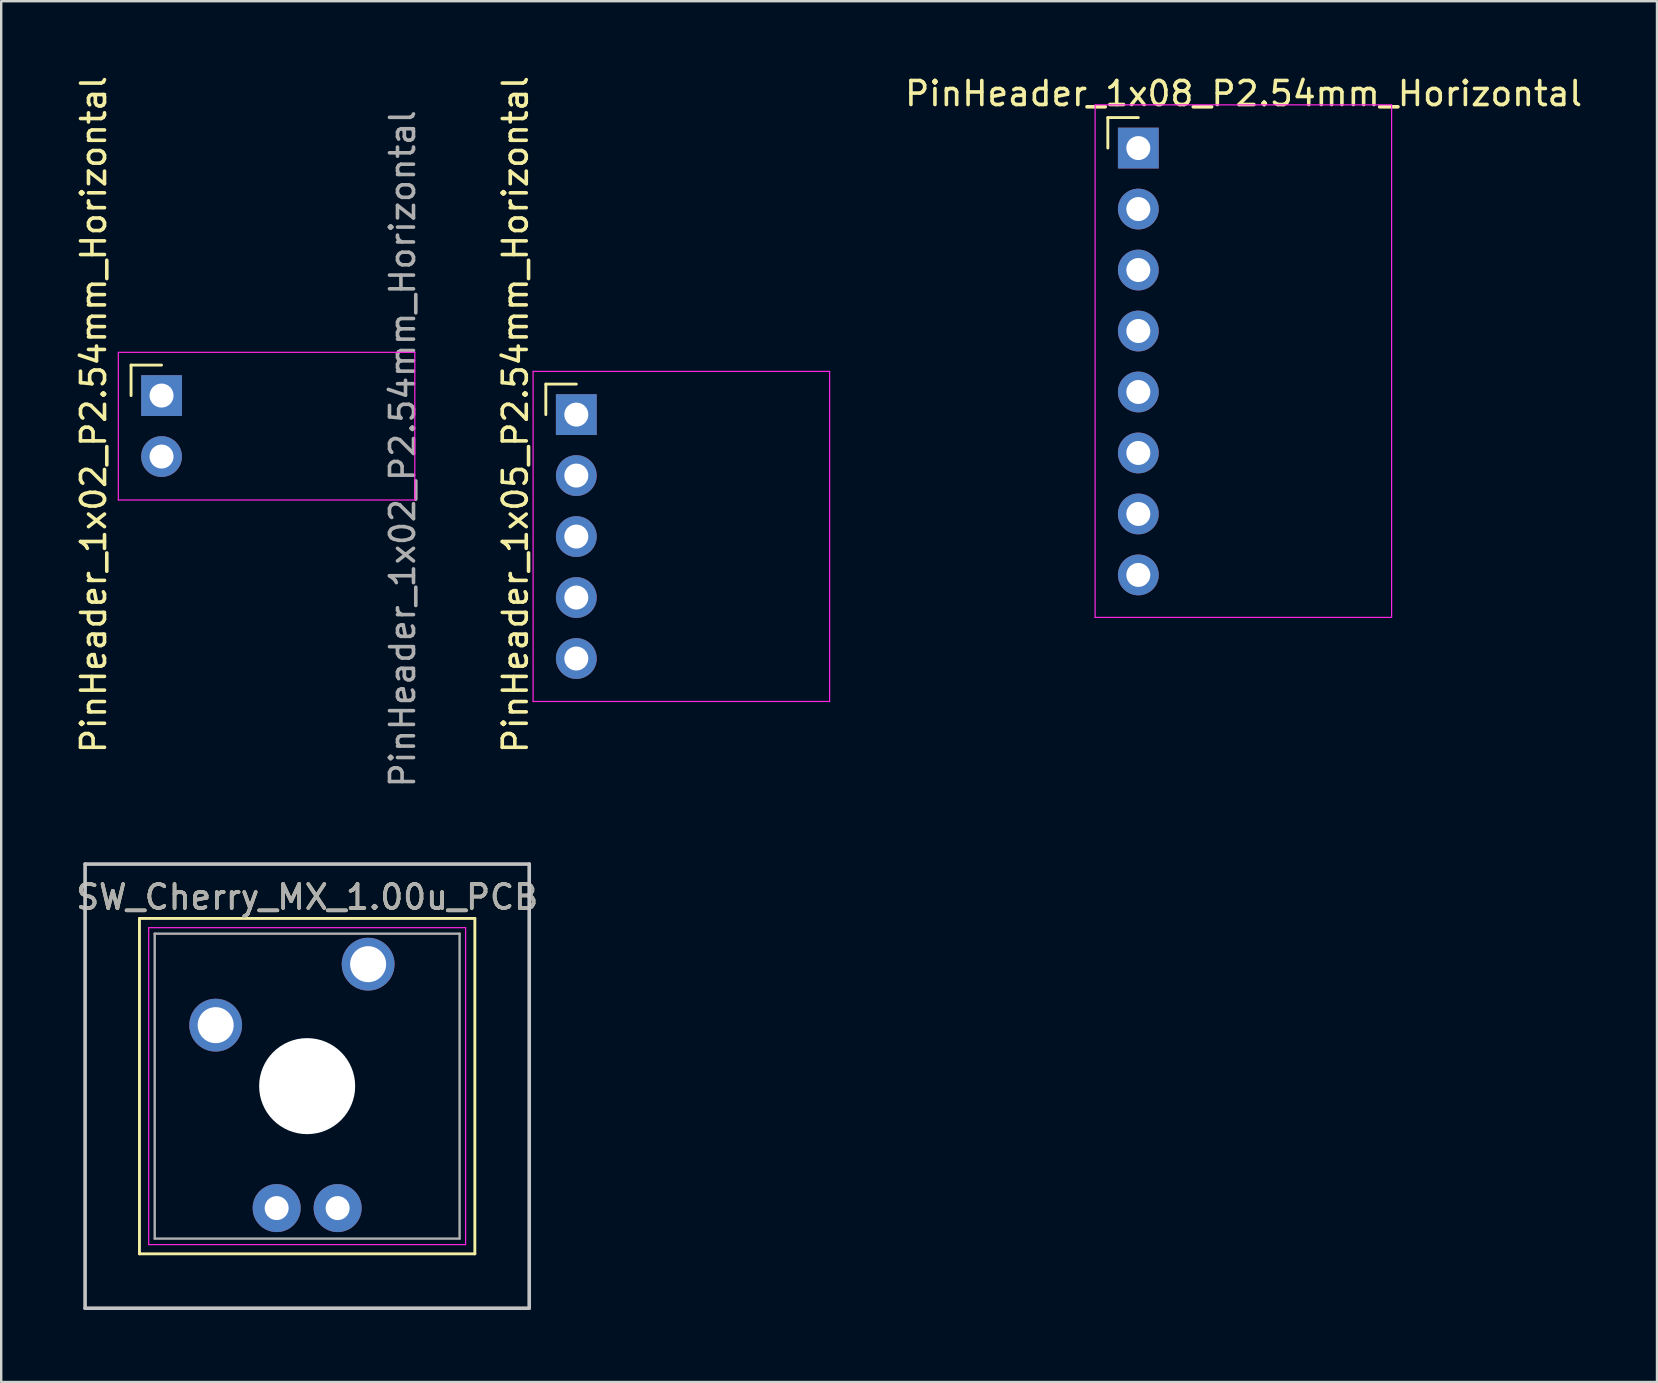
<source format=kicad_pcb>
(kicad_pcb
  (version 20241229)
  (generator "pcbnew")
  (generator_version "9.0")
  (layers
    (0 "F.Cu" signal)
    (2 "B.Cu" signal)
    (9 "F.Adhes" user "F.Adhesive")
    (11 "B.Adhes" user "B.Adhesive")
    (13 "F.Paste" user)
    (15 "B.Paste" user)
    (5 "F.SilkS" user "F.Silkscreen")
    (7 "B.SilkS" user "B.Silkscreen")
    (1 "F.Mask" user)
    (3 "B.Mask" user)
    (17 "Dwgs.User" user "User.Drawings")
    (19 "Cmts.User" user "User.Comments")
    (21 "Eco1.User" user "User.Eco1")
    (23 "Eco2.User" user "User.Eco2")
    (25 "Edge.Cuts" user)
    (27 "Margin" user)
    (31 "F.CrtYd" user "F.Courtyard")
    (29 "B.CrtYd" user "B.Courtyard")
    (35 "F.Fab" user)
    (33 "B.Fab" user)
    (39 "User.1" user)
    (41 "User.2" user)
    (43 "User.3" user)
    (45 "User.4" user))
  (footprint "PinHeader_1x02_P2.54mm_Horizontal"
    (layer "F.Cu")
    (at 3.679 13.427)
    (property "Reference" "PinHeader_1x02_P2.54mm_Horizontal" (at -2.831 0.793 270) (layer "F.SilkS") (effects (font (size 1 1) (thickness 0.15))))
    (attr through_hole)
    (fp_line (start -1.27 -1.27) (end 0 -1.27) (stroke (width 0.12) (type solid)) (layer "F.SilkS"))
    (fp_line (start -1.27 0) (end -1.27 -1.27) (stroke (width 0.12) (type solid)) (layer "F.SilkS"))
    (fp_line (start -1.8 -1.8) (end -1.8 4.35) (stroke (width 0.05) (type solid)) (layer "F.CrtYd"))
    (fp_line (start -1.8 4.35) (end 10.55 4.35) (stroke (width 0.05) (type solid)) (layer "F.CrtYd"))
    (fp_line (start 10.55 -1.8) (end -1.8 -1.8) (stroke (width 0.05) (type solid)) (layer "F.CrtYd"))
    (fp_line (start 10.55 4.35) (end 10.55 -1.8) (stroke (width 0.05) (type solid)) (layer "F.CrtYd"))
    (fp_line (start -0.32 -0.32) (end -0.32 0.32) (stroke (width 0.1) (type solid)) (layer "F.Fab"))
    (fp_line (start -0.32 2.22) (end -0.32 2.86) (stroke (width 0.1) (type solid)) (layer "F.Fab"))
    (fp_text user "${REFERENCE}" (at 10.04 2.22 270) (layer "F.Fab") (effects (font (size 1 1) (thickness 0.15))))
    (pad "1" thru_hole rect (at 0 0) (size 1.7 1.7) (drill 1) (layers "*.Cu" "*.Mask"))
    (pad "2" thru_hole oval (at 0 2.54) (size 1.7 1.7) (drill 1) (layers "*.Cu" "*.Mask")))
  (footprint "PinHeader_1x05_P2.54mm_Horizontal"
    (layer "F.Cu")
    (at 20.956 14.22)
    (property "Reference" "PinHeader_1x05_P2.54mm_Horizontal" (at -2.54 0 270) (layer "F.SilkS") (effects (font (size 1 1) (thickness 0.15))))
    (attr through_hole)
    (fp_line (start -1.27 -1.27) (end 0 -1.27) (stroke (width 0.12) (type solid)) (layer "F.SilkS"))
    (fp_line (start -1.27 0) (end -1.27 -1.27) (stroke (width 0.12) (type solid)) (layer "F.SilkS"))
    (fp_line (start -1.8 -1.8) (end -1.8 11.95) (stroke (width 0.05) (type solid)) (layer "F.CrtYd"))
    (fp_line (start -1.8 11.95) (end 10.55 11.95) (stroke (width 0.05) (type solid)) (layer "F.CrtYd"))
    (fp_line (start 10.55 -1.8) (end -1.8 -1.8) (stroke (width 0.05) (type solid)) (layer "F.CrtYd"))
    (fp_line (start 10.55 11.95) (end 10.55 -1.8) (stroke (width 0.05) (type solid)) (layer "F.CrtYd"))
    (fp_line (start -0.32 -0.32) (end -0.32 0.32) (stroke (width 0.1) (type solid)) (layer "F.Fab"))
    (fp_line (start -0.32 2.22) (end -0.32 2.86) (stroke (width 0.1) (type solid)) (layer "F.Fab"))
    (fp_line (start -0.32 4.76) (end -0.32 5.4) (stroke (width 0.1) (type solid)) (layer "F.Fab"))
    (fp_line (start -0.32 7.3) (end -0.32 7.94) (stroke (width 0.1) (type solid)) (layer "F.Fab"))
    (fp_line (start -0.32 9.84) (end -0.32 10.48) (stroke (width 0.1) (type solid)) (layer "F.Fab"))
    (pad "1" thru_hole rect (at 0 0) (size 1.7 1.7) (drill 1) (layers "*.Cu" "*.Mask"))
    (pad "2" thru_hole oval (at 0 2.54) (size 1.7 1.7) (drill 1) (layers "*.Cu" "*.Mask"))
    (pad "3" thru_hole oval (at 0 5.08) (size 1.7 1.7) (drill 1) (layers "*.Cu" "*.Mask"))
    (pad "4" thru_hole oval (at 0 7.62) (size 1.7 1.7) (drill 1) (layers "*.Cu" "*.Mask"))
    (pad "5" thru_hole oval (at 0 10.16) (size 1.7 1.7) (drill 1) (layers "*.Cu" "*.Mask")))
  (footprint "SW_Cherry_MX_1.00u_PCB"
    (layer "F.Cu")
    (at 12.284 37.112)
    (property "Reference" "SW_Cherry_MX_1.00u_PCB" (at -2.54 -2.794 0) (layer "F.SilkS") (effects (font (size 1 1) (thickness 0.15))))
    (attr through_hole)
    (fp_circle (center -3.81 10.16) (end -2.81 10.16) (stroke (width 0) (type solid)) (fill yes) (layer "B.Mask"))
    (fp_circle (center -1.27 10.16) (end -0.27 10.16) (stroke (width 0) (type solid)) (fill yes) (layer "B.Mask"))
    (fp_line (start -9.525 -1.905) (end 4.445 -1.905) (stroke (width 0.12) (type solid)) (layer "F.SilkS"))
    (fp_line (start -9.525 12.065) (end -9.525 -1.905) (stroke (width 0.12) (type solid)) (layer "F.SilkS"))
    (fp_line (start 4.445 -1.905) (end 4.445 12.065) (stroke (width 0.12) (type solid)) (layer "F.SilkS"))
    (fp_line (start 4.445 12.065) (end -9.525 12.065) (stroke (width 0.12) (type solid)) (layer "F.SilkS"))
    (fp_line (start -11.79 -4.17) (end 6.71 -4.17) (stroke (width 0.15) (type solid)) (layer "Dwgs.User"))
    (fp_line (start -11.79 14.33) (end -11.79 -4.17) (stroke (width 0.15) (type solid)) (layer "Dwgs.User"))
    (fp_line (start 6.71 -4.17) (end 6.71 14.33) (stroke (width 0.15) (type solid)) (layer "Dwgs.User"))
    (fp_line (start 6.71 14.33) (end -11.79 14.33) (stroke (width 0.15) (type solid)) (layer "Dwgs.User"))
    (fp_line (start -9.14 -1.52) (end 4.06 -1.52) (stroke (width 0.05) (type solid)) (layer "F.CrtYd"))
    (fp_line (start -9.14 11.68) (end -9.14 -1.52) (stroke (width 0.05) (type solid)) (layer "F.CrtYd"))
    (fp_line (start 4.06 -1.52) (end 4.06 11.68) (stroke (width 0.05) (type solid)) (layer "F.CrtYd"))
    (fp_line (start 4.06 11.68) (end -9.14 11.68) (stroke (width 0.05) (type solid)) (layer "F.CrtYd"))
    (fp_line (start -8.89 -1.27) (end 3.81 -1.27) (stroke (width 0.1) (type solid)) (layer "F.Fab"))
    (fp_line (start -8.89 11.43) (end -8.89 -1.27) (stroke (width 0.1) (type solid)) (layer "F.Fab"))
    (fp_line (start 3.81 -1.27) (end 3.81 11.43) (stroke (width 0.1) (type solid)) (layer "F.Fab"))
    (fp_line (start 3.81 11.43) (end -8.89 11.43) (stroke (width 0.1) (type solid)) (layer "F.Fab"))
    (fp_text user "${REFERENCE}" (at -2.54 -2.794 0) (layer "F.Fab") (effects (font (size 1 1) (thickness 0.15))))
    (pad "" np_thru_hole circle (at -3.81 10.16) (size 2 2) (drill 1) (layers "*.Cu" "*.Mask"))
    (pad "" np_thru_hole circle (at -2.54 5.08) (size 4 4) (drill 4) (layers "*.Cu" "*.Mask"))
    (pad "" np_thru_hole circle (at -1.27 10.16) (size 2 2) (drill 1) (layers "*.Cu" "*.Mask"))
    (pad "1" thru_hole circle (at 0 0) (size 2.2 2.2) (drill 1.5) (layers "*.Cu" "*.Mask"))
    (pad "2" thru_hole circle (at -6.35 2.54) (size 2.2 2.2) (drill 1.5) (layers "*.Cu" "*.Mask")))
  (footprint "PinHeader_1x08_P2.54mm_Horizontal"
    (layer "F.Cu")
    (at 44.366 3.118)
    (property "Reference" "PinHeader_1x08_P2.54mm_Horizontal" (at 4.385 -2.27 0) (layer "F.SilkS") (effects (font (size 1 1) (thickness 0.15))))
    (attr through_hole)
    (fp_line (start -1.27 -1.27) (end 0 -1.27) (stroke (width 0.12) (type solid)) (layer "F.SilkS"))
    (fp_line (start -1.27 0) (end -1.27 -1.27) (stroke (width 0.12) (type solid)) (layer "F.SilkS"))
    (fp_line (start -1.8 -1.8) (end -1.8 19.55) (stroke (width 0.05) (type solid)) (layer "F.CrtYd"))
    (fp_line (start -1.8 19.55) (end 10.55 19.55) (stroke (width 0.05) (type solid)) (layer "F.CrtYd"))
    (fp_line (start 10.55 -1.8) (end -1.8 -1.8) (stroke (width 0.05) (type solid)) (layer "F.CrtYd"))
    (fp_line (start 10.55 19.55) (end 10.55 -1.8) (stroke (width 0.05) (type solid)) (layer "F.CrtYd"))
    (fp_line (start -0.32 -0.32) (end -0.32 0.32) (stroke (width 0.1) (type solid)) (layer "F.Fab"))
    (fp_line (start -0.32 2.22) (end -0.32 2.86) (stroke (width 0.1) (type solid)) (layer "F.Fab"))
    (fp_line (start -0.32 4.76) (end -0.32 5.4) (stroke (width 0.1) (type solid)) (layer "F.Fab"))
    (fp_line (start -0.32 7.3) (end -0.32 7.94) (stroke (width 0.1) (type solid)) (layer "F.Fab"))
    (fp_line (start -0.32 9.84) (end -0.32 10.48) (stroke (width 0.1) (type solid)) (layer "F.Fab"))
    (fp_line (start -0.32 12.38) (end -0.32 13.02) (stroke (width 0.1) (type solid)) (layer "F.Fab"))
    (fp_line (start -0.32 14.92) (end -0.32 15.56) (stroke (width 0.1) (type solid)) (layer "F.Fab"))
    (fp_line (start -0.32 17.46) (end -0.32 18.1) (stroke (width 0.1) (type solid)) (layer "F.Fab"))
    (pad "1" thru_hole rect (at 0 0) (size 1.7 1.7) (drill 1) (layers "*.Cu" "*.Mask"))
    (pad "2" thru_hole oval (at 0 2.54) (size 1.7 1.7) (drill 1) (layers "*.Cu" "*.Mask"))
    (pad "3" thru_hole oval (at 0 5.08) (size 1.7 1.7) (drill 1) (layers "*.Cu" "*.Mask"))
    (pad "4" thru_hole oval (at 0 7.62) (size 1.7 1.7) (drill 1) (layers "*.Cu" "*.Mask"))
    (pad "5" thru_hole oval (at 0 10.16) (size 1.7 1.7) (drill 1) (layers "*.Cu" "*.Mask"))
    (pad "6" thru_hole oval (at 0 12.7) (size 1.7 1.7) (drill 1) (layers "*.Cu" "*.Mask"))
    (pad "7" thru_hole oval (at 0 15.24) (size 1.7 1.7) (drill 1) (layers "*.Cu" "*.Mask"))
    (pad "8" thru_hole oval (at 0 17.78) (size 1.7 1.7) (drill 1) (layers "*.Cu" "*.Mask")))
  (gr_rect
    (start -3 -3)
    (end 65.971 54.517)
    (stroke (width 0.1) (type default))
    (fill no)
    (layer "Edge.Cuts")))
</source>
